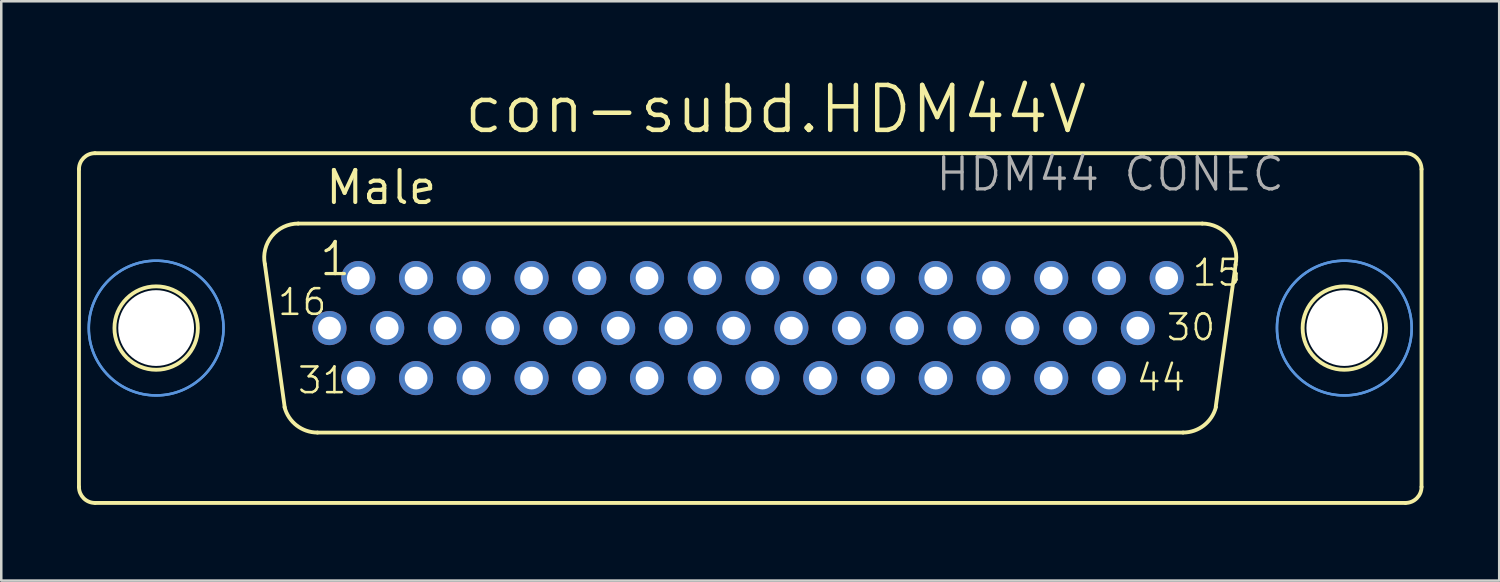
<source format=kicad_pcb>
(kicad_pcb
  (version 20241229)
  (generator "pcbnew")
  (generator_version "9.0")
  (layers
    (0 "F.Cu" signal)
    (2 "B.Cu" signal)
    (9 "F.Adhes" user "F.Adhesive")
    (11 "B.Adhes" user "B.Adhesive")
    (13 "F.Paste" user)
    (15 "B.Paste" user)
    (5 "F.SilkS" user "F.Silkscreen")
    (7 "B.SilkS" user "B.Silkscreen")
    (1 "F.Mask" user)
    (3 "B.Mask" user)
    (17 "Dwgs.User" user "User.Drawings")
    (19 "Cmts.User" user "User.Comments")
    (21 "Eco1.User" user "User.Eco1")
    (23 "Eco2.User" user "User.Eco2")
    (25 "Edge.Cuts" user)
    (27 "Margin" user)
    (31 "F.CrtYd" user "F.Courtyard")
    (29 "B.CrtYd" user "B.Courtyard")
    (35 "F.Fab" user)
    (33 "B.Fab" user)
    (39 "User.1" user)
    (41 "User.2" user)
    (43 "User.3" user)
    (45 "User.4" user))
  (footprint "con-subd.HDM44V"
    (layer "F.Cu")
    (at 26.652 9.938)
    (property "Reference" "con-subd.HDM44V" (at -11.43 -7.62 0) (layer "F.SilkS") (effects (font (size 1.778 1.778) (thickness 0.18)) (justify left bottom)))
    (attr through_hole)
    (fp_line (start -26.576 -6.288) (end -26.576 6.288) (stroke (width 0.152) (type default)) (layer "F.SilkS"))
    (fp_line (start -25.933 6.923) (end 25.941 6.923) (stroke (width 0.152) (type default)) (layer "F.SilkS"))
    (fp_line (start -18.429 3.146) (end -19.217 -2.537) (stroke (width 0.152) (type default)) (layer "F.SilkS"))
    (fp_line (start -17.896 -4.137) (end 17.896 -4.137) (stroke (width 0.152) (type default)) (layer "F.SilkS"))
    (fp_line (start -17.134 4.137) (end 17.134 4.137) (stroke (width 0.152) (type default)) (layer "F.SilkS"))
    (fp_line (start 19.217 -2.511) (end 18.429 3.121) (stroke (width 0.152) (type default)) (layer "F.SilkS"))
    (fp_line (start 25.933 -6.923) (end -25.941 -6.923) (stroke (width 0.152) (type default)) (layer "F.SilkS"))
    (fp_line (start 26.576 -6.288) (end 26.576 6.288) (stroke (width 0.152) (type default)) (layer "F.SilkS"))
    (fp_arc (start -26.576 -6.288) (mid -26.390013 -6.737013) (end -25.941 -6.923) (stroke (width 0.1524) (type default)) (layer "F.SilkS"))
    (fp_arc (start -25.941 6.923) (mid -26.390013 6.737013) (end -26.576 6.288) (stroke (width 0.1524) (type default)) (layer "F.SilkS"))
    (fp_arc (start -19.2161 -2.5268) (mid -18.937082 -3.644284) (end -17.896 -4.137) (stroke (width 0.1524) (type default)) (layer "F.SilkS"))
    (fp_arc (start -17.134 4.137) (mid -17.9575 3.855746) (end -18.4369 3.1295) (stroke (width 0.1524) (type default)) (layer "F.SilkS"))
    (fp_arc (start 17.896 -4.137) (mid 18.944556 -3.635184) (end 19.2115 -2.5038) (stroke (width 0.1524) (type default)) (layer "F.SilkS"))
    (fp_arc (start 18.4369 3.1295) (mid 17.9575 3.855746) (end 17.134 4.137) (stroke (width 0.1524) (type default)) (layer "F.SilkS"))
    (fp_arc (start 25.941 -6.923) (mid 26.390013 -6.737013) (end 26.576 -6.288) (stroke (width 0.1524) (type default)) (layer "F.SilkS"))
    (fp_arc (start 26.576 6.288) (mid 26.390013 6.737013) (end 25.941 6.923) (stroke (width 0.1524) (type default)) (layer "F.SilkS"))
    (fp_circle (center -23.52 0) (end -21.869 0) (stroke (width 0.152) (type default)) (fill no) (layer "F.SilkS"))
    (fp_circle (center 23.52 0) (end 25.171 0) (stroke (width 0.152) (type default)) (fill no) (layer "F.SilkS"))
    (fp_circle (center -23.52 0) (end -20.853 0) (stroke (width 0.1) (type default)) (fill no) (layer "Cmts.User"))
    (fp_circle (center -23.52 0) (end -20.853 0) (stroke (width 0.1) (type default)) (fill no) (layer "Cmts.User"))
    (fp_circle (center 23.52 0) (end 26.187 0) (stroke (width 0.1) (type default)) (fill no) (layer "Cmts.User"))
    (fp_circle (center 23.52 0) (end 26.187 0) (stroke (width 0.1) (type default)) (fill no) (layer "Cmts.User"))
    (fp_text user "44" (at 15.227 2.565 0) (layer "F.SilkS") (effects (font (size 1.016 1.016) (thickness 0.1)) (justify left bottom)))
    (fp_text user "31" (at -17.98 2.665 0) (layer "F.SilkS") (effects (font (size 1.016 1.016) (thickness 0.1)) (justify left bottom)))
    (fp_text user "Male" (at -16.891 -4.826 0) (layer "F.SilkS") (effects (font (size 1.27 1.27) (thickness 0.16)) (justify left bottom)))
    (fp_text user "30" (at 16.415 0.565 0) (layer "F.SilkS") (effects (font (size 1.016 1.016) (thickness 0.1)) (justify left bottom)))
    (fp_text user "1" (at -17.123 -1.995 0) (layer "F.SilkS") (effects (font (size 1.27 1.27) (thickness 0.13)) (justify left bottom)))
    (fp_text user "15" (at 17.442 -1.595 0) (layer "F.SilkS") (effects (font (size 1.016 1.016) (thickness 0.1)) (justify left bottom)))
    (fp_text user "16" (at -18.772 -0.435 0) (layer "F.SilkS") (effects (font (size 1.016 1.016) (thickness 0.1)) (justify left bottom)))
    (fp_text user "HDM44 CONEC" (at 7.271 -5.349 0) (layer "F.Fab") (effects (font (size 1.27 1.27) (thickness 0.13)) (justify left bottom)))
    (pad "" np_thru_hole circle (at -23.52 0) (size 3 3) (drill 3) (layers "*.Cu" "*.Mask"))
    (pad "" np_thru_hole circle (at 23.52 0) (size 3 3) (drill 3) (layers "*.Cu" "*.Mask"))
    (pad "1" thru_hole circle (at -15.516 -1.98) (size 1.35 1.35) (drill 0.9) (layers "*.Cu" "*.Mask"))
    (pad "2" thru_hole circle (at -13.23 -1.98) (size 1.35 1.35) (drill 0.9) (layers "*.Cu" "*.Mask"))
    (pad "3" thru_hole circle (at -10.944 -1.98) (size 1.35 1.35) (drill 0.9) (layers "*.Cu" "*.Mask"))
    (pad "4" thru_hole circle (at -8.658 -1.98) (size 1.35 1.35) (drill 0.9) (layers "*.Cu" "*.Mask"))
    (pad "5" thru_hole circle (at -6.372 -1.98) (size 1.35 1.35) (drill 0.9) (layers "*.Cu" "*.Mask"))
    (pad "6" thru_hole circle (at -4.086 -1.98) (size 1.35 1.35) (drill 0.9) (layers "*.Cu" "*.Mask"))
    (pad "7" thru_hole circle (at -1.8 -1.98) (size 1.35 1.35) (drill 0.9) (layers "*.Cu" "*.Mask"))
    (pad "8" thru_hole circle (at 0.486 -1.98) (size 1.35 1.35) (drill 0.9) (layers "*.Cu" "*.Mask"))
    (pad "9" thru_hole circle (at 2.772 -1.98) (size 1.35 1.35) (drill 0.9) (layers "*.Cu" "*.Mask"))
    (pad "10" thru_hole circle (at 5.058 -1.98) (size 1.35 1.35) (drill 0.9) (layers "*.Cu" "*.Mask"))
    (pad "11" thru_hole circle (at 7.344 -1.98) (size 1.35 1.35) (drill 0.9) (layers "*.Cu" "*.Mask"))
    (pad "12" thru_hole circle (at 9.63 -1.98) (size 1.35 1.35) (drill 0.9) (layers "*.Cu" "*.Mask"))
    (pad "13" thru_hole circle (at 11.916 -1.98) (size 1.35 1.35) (drill 0.9) (layers "*.Cu" "*.Mask"))
    (pad "14" thru_hole circle (at 14.202 -1.98) (size 1.35 1.35) (drill 0.9) (layers "*.Cu" "*.Mask"))
    (pad "15" thru_hole circle (at 16.488 -1.98) (size 1.35 1.35) (drill 0.9) (layers "*.Cu" "*.Mask"))
    (pad "16" thru_hole circle (at -16.659 0) (size 1.35 1.35) (drill 0.9) (layers "*.Cu" "*.Mask"))
    (pad "17" thru_hole circle (at -14.373 0) (size 1.35 1.35) (drill 0.9) (layers "*.Cu" "*.Mask"))
    (pad "18" thru_hole circle (at -12.087 0) (size 1.35 1.35) (drill 0.9) (layers "*.Cu" "*.Mask"))
    (pad "19" thru_hole circle (at -9.801 0) (size 1.35 1.35) (drill 0.9) (layers "*.Cu" "*.Mask"))
    (pad "20" thru_hole circle (at -7.515 0) (size 1.35 1.35) (drill 0.9) (layers "*.Cu" "*.Mask"))
    (pad "21" thru_hole circle (at -5.229 0) (size 1.35 1.35) (drill 0.9) (layers "*.Cu" "*.Mask"))
    (pad "22" thru_hole circle (at -2.943 0) (size 1.35 1.35) (drill 0.9) (layers "*.Cu" "*.Mask"))
    (pad "23" thru_hole circle (at -0.657 0) (size 1.35 1.35) (drill 0.9) (layers "*.Cu" "*.Mask"))
    (pad "24" thru_hole circle (at 1.629 0) (size 1.35 1.35) (drill 0.9) (layers "*.Cu" "*.Mask"))
    (pad "25" thru_hole circle (at 3.915 0) (size 1.35 1.35) (drill 0.9) (layers "*.Cu" "*.Mask"))
    (pad "26" thru_hole circle (at 6.201 0) (size 1.35 1.35) (drill 0.9) (layers "*.Cu" "*.Mask"))
    (pad "27" thru_hole circle (at 8.487 0) (size 1.35 1.35) (drill 0.9) (layers "*.Cu" "*.Mask"))
    (pad "28" thru_hole circle (at 10.773 0) (size 1.35 1.35) (drill 0.9) (layers "*.Cu" "*.Mask"))
    (pad "29" thru_hole circle (at 13.059 0) (size 1.35 1.35) (drill 0.9) (layers "*.Cu" "*.Mask"))
    (pad "30" thru_hole circle (at 15.345 0) (size 1.35 1.35) (drill 0.9) (layers "*.Cu" "*.Mask"))
    (pad "31" thru_hole circle (at -15.516 1.98) (size 1.35 1.35) (drill 0.9) (layers "*.Cu" "*.Mask"))
    (pad "32" thru_hole circle (at -13.23 1.98) (size 1.35 1.35) (drill 0.9) (layers "*.Cu" "*.Mask"))
    (pad "33" thru_hole circle (at -10.944 1.98) (size 1.35 1.35) (drill 0.9) (layers "*.Cu" "*.Mask"))
    (pad "34" thru_hole circle (at -8.658 1.98) (size 1.35 1.35) (drill 0.9) (layers "*.Cu" "*.Mask"))
    (pad "35" thru_hole circle (at -6.372 1.98) (size 1.35 1.35) (drill 0.9) (layers "*.Cu" "*.Mask"))
    (pad "36" thru_hole circle (at -4.086 1.98) (size 1.35 1.35) (drill 0.9) (layers "*.Cu" "*.Mask"))
    (pad "37" thru_hole circle (at -1.8 1.98) (size 1.35 1.35) (drill 0.9) (layers "*.Cu" "*.Mask"))
    (pad "38" thru_hole circle (at 0.486 1.98) (size 1.35 1.35) (drill 0.9) (layers "*.Cu" "*.Mask"))
    (pad "39" thru_hole circle (at 2.772 1.98) (size 1.35 1.35) (drill 0.9) (layers "*.Cu" "*.Mask"))
    (pad "40" thru_hole circle (at 5.058 1.98) (size 1.35 1.35) (drill 0.9) (layers "*.Cu" "*.Mask"))
    (pad "41" thru_hole circle (at 7.344 1.98) (size 1.35 1.35) (drill 0.9) (layers "*.Cu" "*.Mask"))
    (pad "42" thru_hole circle (at 9.63 1.98) (size 1.35 1.35) (drill 0.9) (layers "*.Cu" "*.Mask"))
    (pad "43" thru_hole circle (at 11.916 1.98) (size 1.35 1.35) (drill 0.9) (layers "*.Cu" "*.Mask"))
    (pad "44" thru_hole circle (at 14.202 1.98) (size 1.35 1.35) (drill 0.9) (layers "*.Cu" "*.Mask")))
  (gr_rect
    (start -3 -3)
    (end 56.304 19.937)
    (stroke (width 0.1) (type default))
    (fill no)
    (layer "Edge.Cuts")))
</source>
